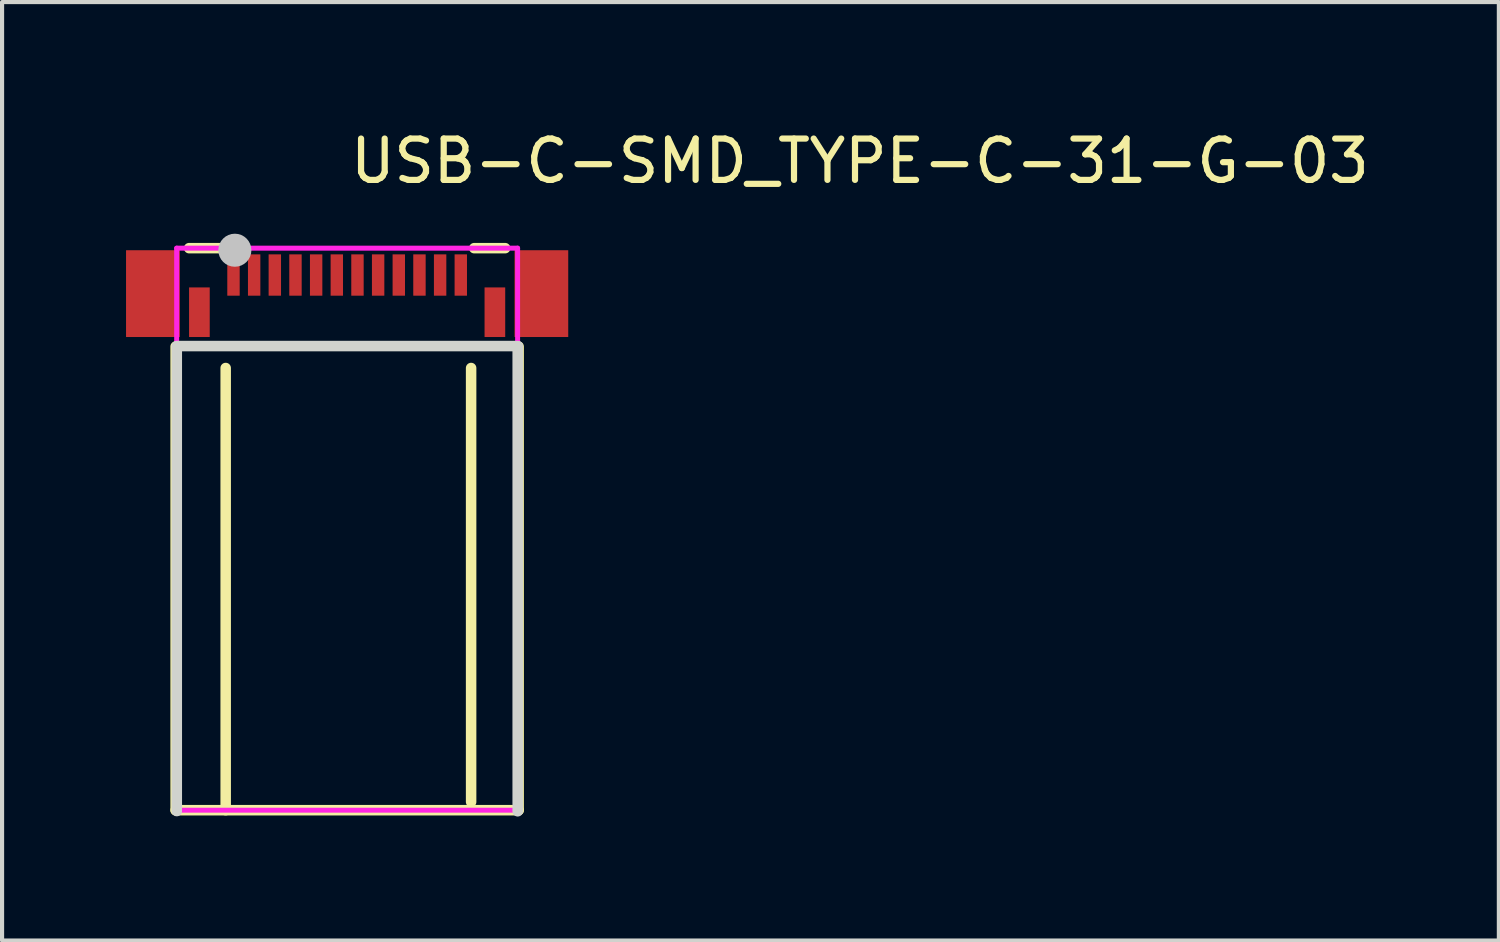
<source format=kicad_pcb>
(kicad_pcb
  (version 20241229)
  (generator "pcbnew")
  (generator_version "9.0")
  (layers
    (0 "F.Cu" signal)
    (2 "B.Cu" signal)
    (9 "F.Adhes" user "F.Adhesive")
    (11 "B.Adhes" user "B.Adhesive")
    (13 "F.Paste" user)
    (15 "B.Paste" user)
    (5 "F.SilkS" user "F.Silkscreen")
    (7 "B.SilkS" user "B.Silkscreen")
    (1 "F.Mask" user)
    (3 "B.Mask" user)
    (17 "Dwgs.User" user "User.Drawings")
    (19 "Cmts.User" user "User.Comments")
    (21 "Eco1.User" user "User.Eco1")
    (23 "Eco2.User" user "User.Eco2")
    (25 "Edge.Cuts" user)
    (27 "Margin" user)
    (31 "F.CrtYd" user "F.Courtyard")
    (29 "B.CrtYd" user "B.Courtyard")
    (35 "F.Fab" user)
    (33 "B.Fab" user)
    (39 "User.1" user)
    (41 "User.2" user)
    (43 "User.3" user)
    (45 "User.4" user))
  (footprint "USB-C-SMD_TYPE-C-31-G-03"
    (layer "F.Cu")
    (at 5.35 4.055)
    (property "Reference" "USB-C-SMD_TYPE-C-31-G-03" (at 0 -3.207 0) (layer "F.SilkS") (effects (font (size 1 1) (thickness 0.15)) (justify left)))
    (attr through_hole)
    (fp_line (start -4.15 12.5) (end -4.15 1.281) (stroke (width 0.254) (type solid)) (layer "F.SilkS"))
    (fp_line (start -4.15 12.5) (end 4.15 12.5) (stroke (width 0.254) (type solid)) (layer "F.SilkS"))
    (fp_line (start -3.824 -1.1) (end -3.075 -1.1) (stroke (width 0.254) (type solid)) (layer "F.SilkS"))
    (fp_line (start -2.939 12.5) (end -2.939 1.8) (stroke (width 0.254) (type solid)) (layer "F.SilkS"))
    (fp_line (start 3 12.3) (end 3 1.8) (stroke (width 0.254) (type solid)) (layer "F.SilkS"))
    (fp_line (start 3.075 -1.1) (end 3.824 -1.1) (stroke (width 0.254) (type solid)) (layer "F.SilkS"))
    (fp_line (start 4.15 12.5) (end 4.15 1.281) (stroke (width 0.254) (type solid)) (layer "F.SilkS"))
    (fp_circle (center -2.717 -1.05) (end -2.517 -1.05) (stroke (width 0.4) (type solid)) (fill no) (layer "Dwgs.User"))
    (fp_circle (center 5.05 -1.1) (end 5.08 -1.1) (stroke (width 0.06) (type solid)) (fill no) (layer "Eco2.User"))
    (fp_poly (pts (xy -5.05 -0.75) (xy -4.1 -0.75) (xy -4.1 0.75) (xy -5.05 0.75)) (stroke (width 0.12) (type solid)) (fill no) (layer "Eco2.User"))
    (fp_poly (pts (xy -3.75 0) (xy -3.4 0) (xy -3.4 0.9) (xy -3.75 0.9)) (stroke (width 0.12) (type solid)) (fill no) (layer "Eco2.User"))
    (fp_poly (pts (xy -2.875 -0.825) (xy -2.625 -0.825) (xy -2.625 -0.075) (xy -2.875 -0.075)) (stroke (width 0.12) (type solid)) (fill no) (layer "Eco2.User"))
    (fp_poly (pts (xy -2.375 -0.825) (xy -2.125 -0.825) (xy -2.125 -0.075) (xy -2.375 -0.075)) (stroke (width 0.12) (type solid)) (fill no) (layer "Eco2.User"))
    (fp_poly (pts (xy -1.875 -0.825) (xy -1.625 -0.825) (xy -1.625 -0.075) (xy -1.875 -0.075)) (stroke (width 0.12) (type solid)) (fill no) (layer "Eco2.User"))
    (fp_poly (pts (xy -1.375 -0.825) (xy -1.125 -0.825) (xy -1.125 -0.075) (xy -1.375 -0.075)) (stroke (width 0.12) (type solid)) (fill no) (layer "Eco2.User"))
    (fp_poly (pts (xy -0.875 -0.825) (xy -0.625 -0.825) (xy -0.625 -0.075) (xy -0.875 -0.075)) (stroke (width 0.12) (type solid)) (fill no) (layer "Eco2.User"))
    (fp_poly (pts (xy -0.375 -0.825) (xy -0.125 -0.825) (xy -0.125 -0.075) (xy -0.375 -0.075)) (stroke (width 0.12) (type solid)) (fill no) (layer "Eco2.User"))
    (fp_poly (pts (xy 0.125 -0.825) (xy 0.375 -0.825) (xy 0.375 -0.075) (xy 0.125 -0.075)) (stroke (width 0.12) (type solid)) (fill no) (layer "Eco2.User"))
    (fp_poly (pts (xy 0.625 -0.825) (xy 0.875 -0.825) (xy 0.875 -0.075) (xy 0.625 -0.075)) (stroke (width 0.12) (type solid)) (fill no) (layer "Eco2.User"))
    (fp_poly (pts (xy 1.125 -0.825) (xy 1.375 -0.825) (xy 1.375 -0.075) (xy 1.125 -0.075)) (stroke (width 0.12) (type solid)) (fill no) (layer "Eco2.User"))
    (fp_poly (pts (xy 1.625 -0.825) (xy 1.875 -0.825) (xy 1.875 -0.075) (xy 1.625 -0.075)) (stroke (width 0.12) (type solid)) (fill no) (layer "Eco2.User"))
    (fp_poly (pts (xy 2.125 -0.825) (xy 2.375 -0.825) (xy 2.375 -0.075) (xy 2.125 -0.075)) (stroke (width 0.12) (type solid)) (fill no) (layer "Eco2.User"))
    (fp_poly (pts (xy 2.625 -0.825) (xy 2.875 -0.825) (xy 2.875 -0.075) (xy 2.625 -0.075)) (stroke (width 0.12) (type solid)) (fill no) (layer "Eco2.User"))
    (fp_poly (pts (xy 3.4 0) (xy 3.75 0) (xy 3.75 0.9) (xy 3.4 0.9)) (stroke (width 0.12) (type solid)) (fill no) (layer "Eco2.User"))
    (fp_poly (pts (xy 4.1 -0.75) (xy 5.05 -0.75) (xy 5.05 0.75) (xy 4.1 0.75)) (stroke (width 0.12) (type solid)) (fill no) (layer "Eco2.User"))
    (fp_line (start -4.122 1.271) (end -4.122 12.521) (stroke (width 0.254) (type solid)) (layer "Edge.Cuts"))
    (fp_line (start -4.12 1.269) (end 4.13 1.269) (stroke (width 0.254) (type solid)) (layer "Edge.Cuts"))
    (fp_line (start 4.127 1.276) (end 4.127 12.526) (stroke (width 0.254) (type solid)) (layer "Edge.Cuts"))
    (fp_line (start -4.125 -1.1) (end 4.125 -1.1) (stroke (width 0.12) (type solid)) (layer "F.CrtYd"))
    (fp_line (start -4.125 12.5) (end -4.125 -1.1) (stroke (width 0.12) (type solid)) (layer "F.CrtYd"))
    (fp_line (start 4.125 -1.1) (end 4.125 12.5) (stroke (width 0.12) (type solid)) (layer "F.CrtYd"))
    (fp_line (start 4.125 12.5) (end -4.125 12.5) (stroke (width 0.12) (type solid)) (layer "F.CrtYd"))
    (pad "13" smd rect (at -3.575 0.45) (size 0.5 1.2) (layers "F.Cu" "F.Mask" "F.Paste"))
    (pad "14" smd rect (at -4.7 0) (size 1.3 2.1) (layers "F.Cu" "F.Mask" "F.Paste"))
    (pad "15" smd rect (at 4.7 0) (size 1.3 2.1) (layers "F.Cu" "F.Mask" "F.Paste"))
    (pad "16" smd rect (at 3.575 0.45) (size 0.5 1.2) (layers "F.Cu" "F.Mask" "F.Paste"))
    (pad "A1" smd rect (at 2.75 -0.45) (size 0.3 1) (layers "F.Cu" "F.Mask" "F.Paste"))
    (pad "A2" smd rect (at 2.25 -0.45) (size 0.3 1) (layers "F.Cu" "F.Mask" "F.Paste"))
    (pad "A3" smd rect (at 1.75 -0.45) (size 0.3 1) (layers "F.Cu" "F.Mask" "F.Paste"))
    (pad "A4" smd rect (at 1.25 -0.45) (size 0.3 1) (layers "F.Cu" "F.Mask" "F.Paste"))
    (pad "A5" smd rect (at -1.25 -0.45) (size 0.3 1) (layers "F.Cu" "F.Mask" "F.Paste"))
    (pad "A6" smd rect (at -1.75 -0.45) (size 0.3 1) (layers "F.Cu" "F.Mask" "F.Paste"))
    (pad "A7" smd rect (at -2.25 -0.45) (size 0.3 1) (layers "F.Cu" "F.Mask" "F.Paste"))
    (pad "A12" smd rect (at -2.75 -0.45) (size 0.3 1) (layers "F.Cu" "F.Mask" "F.Paste"))
    (pad "B9" smd rect (at -0.75 -0.45) (size 0.3 1) (layers "F.Cu" "F.Mask" "F.Paste"))
    (pad "B10" smd rect (at -0.25 -0.45) (size 0.3 1) (layers "F.Cu" "F.Mask" "F.Paste"))
    (pad "B11" smd rect (at 0.25 -0.45) (size 0.3 1) (layers "F.Cu" "F.Mask" "F.Paste"))
    (pad "B12" smd rect (at 0.75 -0.45) (size 0.3 1) (layers "F.Cu" "F.Mask" "F.Paste")))
  (gr_rect
    (start -3 -3)
    (end 33.219 19.708)
    (stroke (width 0.1) (type default))
    (fill no)
    (layer "Edge.Cuts")))
</source>
